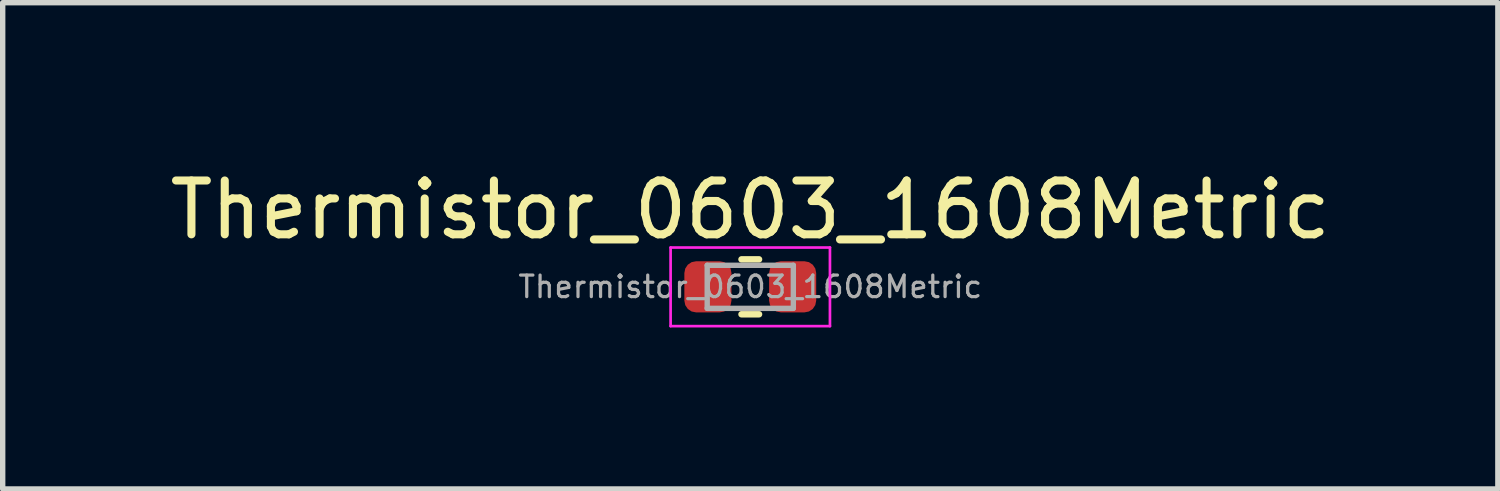
<source format=kicad_pcb>
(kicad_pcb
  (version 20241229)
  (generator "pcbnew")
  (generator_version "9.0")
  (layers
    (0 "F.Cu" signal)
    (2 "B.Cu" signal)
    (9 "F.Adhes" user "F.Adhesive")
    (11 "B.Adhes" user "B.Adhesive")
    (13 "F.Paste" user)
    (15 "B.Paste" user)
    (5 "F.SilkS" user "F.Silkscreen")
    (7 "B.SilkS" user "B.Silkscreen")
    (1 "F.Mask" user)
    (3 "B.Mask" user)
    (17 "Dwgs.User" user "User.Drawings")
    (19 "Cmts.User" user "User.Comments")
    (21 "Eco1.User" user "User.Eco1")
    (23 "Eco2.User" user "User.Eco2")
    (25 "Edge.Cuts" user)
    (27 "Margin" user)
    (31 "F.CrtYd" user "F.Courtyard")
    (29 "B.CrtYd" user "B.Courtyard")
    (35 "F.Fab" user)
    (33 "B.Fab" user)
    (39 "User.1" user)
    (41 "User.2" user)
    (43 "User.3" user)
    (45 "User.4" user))
  (footprint "Thermistor_0603_1608Metric"
    (layer "F.Cu")
    (at 10.887 2.278)
    (property "Reference" "Thermistor_0603_1608Metric" (at 0 -1.43 0) (layer "F.SilkS") (effects (font (size 1 1) (thickness 0.15))))
    (attr smd)
    (fp_line (start -0.163 -0.51) (end 0.163 -0.51) (stroke (width 0.12) (type solid)) (layer "F.SilkS"))
    (fp_line (start -0.163 0.51) (end 0.163 0.51) (stroke (width 0.12) (type solid)) (layer "F.SilkS"))
    (fp_line (start -1.48 -0.73) (end 1.48 -0.73) (stroke (width 0.05) (type solid)) (layer "F.CrtYd"))
    (fp_line (start -1.48 0.73) (end -1.48 -0.73) (stroke (width 0.05) (type solid)) (layer "F.CrtYd"))
    (fp_line (start 1.48 -0.73) (end 1.48 0.73) (stroke (width 0.05) (type solid)) (layer "F.CrtYd"))
    (fp_line (start 1.48 0.73) (end -1.48 0.73) (stroke (width 0.05) (type solid)) (layer "F.CrtYd"))
    (fp_line (start -0.8 -0.4) (end 0.8 -0.4) (stroke (width 0.1) (type solid)) (layer "F.Fab"))
    (fp_line (start -0.8 0.4) (end -0.8 -0.4) (stroke (width 0.1) (type solid)) (layer "F.Fab"))
    (fp_line (start 0.8 -0.4) (end 0.8 0.4) (stroke (width 0.1) (type solid)) (layer "F.Fab"))
    (fp_line (start 0.8 0.4) (end -0.8 0.4) (stroke (width 0.1) (type solid)) (layer "F.Fab"))
    (fp_text user "${REFERENCE}" (at 0 0 0) (layer "F.Fab") (effects (font (size 0.4 0.4) (thickness 0.06))))
    (pad "1" smd roundrect (at -0.787 0) (size 0.875 0.95) (layers "F.Cu" "F.Mask" "F.Paste") (roundrect_rratio 0.25))
    (pad "2" smd roundrect (at 0.787 0) (size 0.875 0.95) (layers "F.Cu" "F.Mask" "F.Paste") (roundrect_rratio 0.25)))
  (gr_rect
    (start -3 -3)
    (end 24.774 6.033)
    (stroke (width 0.1) (type default))
    (fill no)
    (layer "Edge.Cuts")))
</source>
